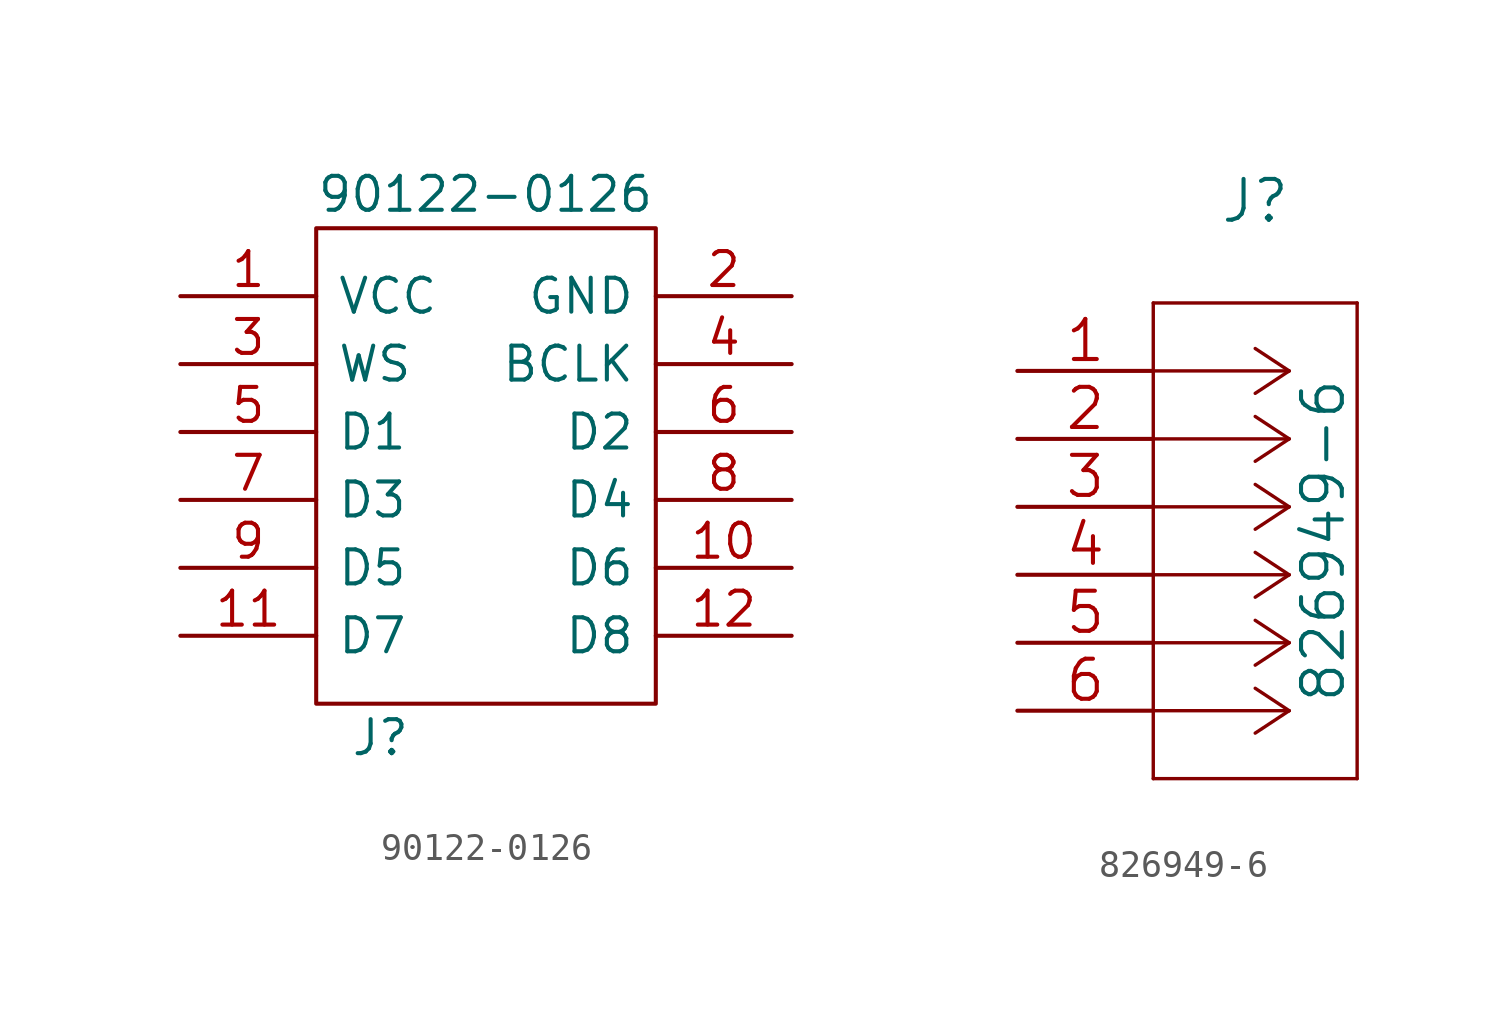
<source format=kicad_sym>
(kicad_symbol_lib
  (version 20220914)
  (generator kicad_symbol_editor)
  (symbol "90122-0126"
    (pin_names
      (offset 0.762))
    (property "Reference" "J"
      (at 6.35 -16.51 0)
      (effects (font (size 1.27 1.27)) (justify left)))
    (property "Value" "90122-0126"
      (at 5.08 3.81 0)
      (effects (font (size 1.27 1.27)) (justify left)))
    (symbol "90122-0126_0_1"
      (polyline (pts (xy 5.08 2.54) (xy 17.78 2.54) (xy 17.78 -15.24) (xy 5.08 -15.24) (xy 5.08 2.54)) (stroke (width 0.152) (type solid)) (fill (type none))))
    (symbol "90122-0126_1_0"
      (pin power_in line (at 0 0 0) (length 5.08) (name "VCC" (effects (font (size 1.27 1.27)))) (number "1" (effects (font (size 1.27 1.27)))))
      (pin output line (at 22.86 -10.16 180) (length 5.08) (name "D6" (effects (font (size 1.27 1.27)))) (number "10" (effects (font (size 1.27 1.27)))))
      (pin output line (at 0 -12.7 0) (length 5.08) (name "D7" (effects (font (size 1.27 1.27)))) (number "11" (effects (font (size 1.27 1.27)))))
      (pin output line (at 22.86 -12.7 180) (length 5.08) (name "D8" (effects (font (size 1.27 1.27)))) (number "12" (effects (font (size 1.27 1.27)))))
      (pin power_in line (at 22.86 0 180) (length 5.08) (name "GND" (effects (font (size 1.27 1.27)))) (number "2" (effects (font (size 1.27 1.27)))))
      (pin tri_state line (at 0 -2.54 0) (length 5.08) (name "WS" (effects (font (size 1.27 1.27)))) (number "3" (effects (font (size 1.27 1.27)))))
      (pin input line (at 22.86 -2.54 180) (length 5.08) (name "BCLK" (effects (font (size 1.27 1.27)))) (number "4" (effects (font (size 1.27 1.27)))))
      (pin output line (at 0 -5.08 0) (length 5.08) (name "D1" (effects (font (size 1.27 1.27)))) (number "5" (effects (font (size 1.27 1.27)))))
      (pin output line (at 22.86 -5.08 180) (length 5.08) (name "D2" (effects (font (size 1.27 1.27)))) (number "6" (effects (font (size 1.27 1.27)))))
      (pin output line (at 0 -7.62 0) (length 5.08) (name "D3" (effects (font (size 1.27 1.27)))) (number "7" (effects (font (size 1.27 1.27)))))
      (pin output line (at 22.86 -7.62 180) (length 5.08) (name "D4" (effects (font (size 1.27 1.27)))) (number "8" (effects (font (size 1.27 1.27)))))
      (pin output line (at 0 -10.16 0) (length 5.08) (name "D5" (effects (font (size 1.27 1.27)))) (number "9" (effects (font (size 1.27 1.27)))))))
  (symbol "826949-6"
    (pin_names
      (offset 0.254) hide)
    (property "Reference" "J"
      (at 8.89 6.35 0)
      (effects (font (size 1.524 1.524))))
    (property "Value" "826949-6"
      (at 11.43 -6.35 90)
      (effects (font (size 1.524 1.524))))
    (property "Datasheet" ""
      (at 0 0 0)
      (effects (font (size 1.524 1.524))))
    (property "ki_locked" ""
      (at 0 0 0)
      (effects (font (size 1.27 1.27))))
    (symbol "826949-6_1_1"
      (polyline (pts (xy 5.08 -15.24) (xy 12.7 -15.24)) (stroke (width 0.127) (type solid)) (fill (type none)))
      (polyline (pts (xy 5.08 2.54) (xy 5.08 -15.24)) (stroke (width 0.127) (type solid)) (fill (type none)))
      (polyline (pts (xy 10.16 -12.7) (xy 5.08 -12.7)) (stroke (width 0.127) (type solid)) (fill (type none)))
      (polyline (pts (xy 10.16 -12.7) (xy 8.89 -13.538)) (stroke (width 0.127) (type solid)) (fill (type none)))
      (polyline (pts (xy 10.16 -12.7) (xy 8.89 -11.862)) (stroke (width 0.127) (type solid)) (fill (type none)))
      (polyline (pts (xy 10.16 -10.16) (xy 5.08 -10.16)) (stroke (width 0.127) (type solid)) (fill (type none)))
      (polyline (pts (xy 10.16 -10.16) (xy 8.89 -10.998)) (stroke (width 0.127) (type solid)) (fill (type none)))
      (polyline (pts (xy 10.16 -10.16) (xy 8.89 -9.322)) (stroke (width 0.127) (type solid)) (fill (type none)))
      (polyline (pts (xy 10.16 -7.62) (xy 5.08 -7.62)) (stroke (width 0.127) (type solid)) (fill (type none)))
      (polyline (pts (xy 10.16 -7.62) (xy 8.89 -8.458)) (stroke (width 0.127) (type solid)) (fill (type none)))
      (polyline (pts (xy 10.16 -7.62) (xy 8.89 -6.782)) (stroke (width 0.127) (type solid)) (fill (type none)))
      (polyline (pts (xy 10.16 -5.08) (xy 5.08 -5.08)) (stroke (width 0.127) (type solid)) (fill (type none)))
      (polyline (pts (xy 10.16 -5.08) (xy 8.89 -5.918)) (stroke (width 0.127) (type solid)) (fill (type none)))
      (polyline (pts (xy 10.16 -5.08) (xy 8.89 -4.242)) (stroke (width 0.127) (type solid)) (fill (type none)))
      (polyline (pts (xy 10.16 -2.54) (xy 5.08 -2.54)) (stroke (width 0.127) (type solid)) (fill (type none)))
      (polyline (pts (xy 10.16 -2.54) (xy 8.89 -3.378)) (stroke (width 0.127) (type solid)) (fill (type none)))
      (polyline (pts (xy 10.16 -2.54) (xy 8.89 -1.702)) (stroke (width 0.127) (type solid)) (fill (type none)))
      (polyline (pts (xy 10.16 0) (xy 5.08 0)) (stroke (width 0.127) (type solid)) (fill (type none)))
      (polyline (pts (xy 10.16 0) (xy 8.89 -0.838)) (stroke (width 0.127) (type solid)) (fill (type none)))
      (polyline (pts (xy 10.16 0) (xy 8.89 0.838)) (stroke (width 0.127) (type solid)) (fill (type none)))
      (polyline (pts (xy 12.7 -15.24) (xy 12.7 2.54)) (stroke (width 0.127) (type solid)) (fill (type none)))
      (polyline (pts (xy 12.7 2.54) (xy 5.08 2.54)) (stroke (width 0.127) (type solid)) (fill (type none)))
      (pin power_in line (at 0 0 0) (length 5.08) (name "VDD" (effects (font (size 1.499 1.499)))) (number "1" (effects (font (size 1.499 1.499)))))
      (pin power_in line (at 0 -2.54 0) (length 5.08) (name "GND" (effects (font (size 1.499 1.499)))) (number "2" (effects (font (size 1.499 1.499)))))
      (pin tri_state line (at 0 -5.08 0) (length 5.08) (name "WS" (effects (font (size 1.499 1.499)))) (number "3" (effects (font (size 1.499 1.499)))))
      (pin input line (at 0 -7.62 0) (length 5.08) (name "SELECT" (effects (font (size 1.499 1.499)))) (number "4" (effects (font (size 1.499 1.499)))))
      (pin input line (at 0 -10.16 0) (length 5.08) (name "BCLK" (effects (font (size 1.499 1.499)))) (number "5" (effects (font (size 1.499 1.499)))))
      (pin output line (at 0 -12.7 0) (length 5.08) (name "DATA_OUT" (effects (font (size 1.499 1.499)))) (number "6" (effects (font (size 1.499 1.499))))))))
</source>
